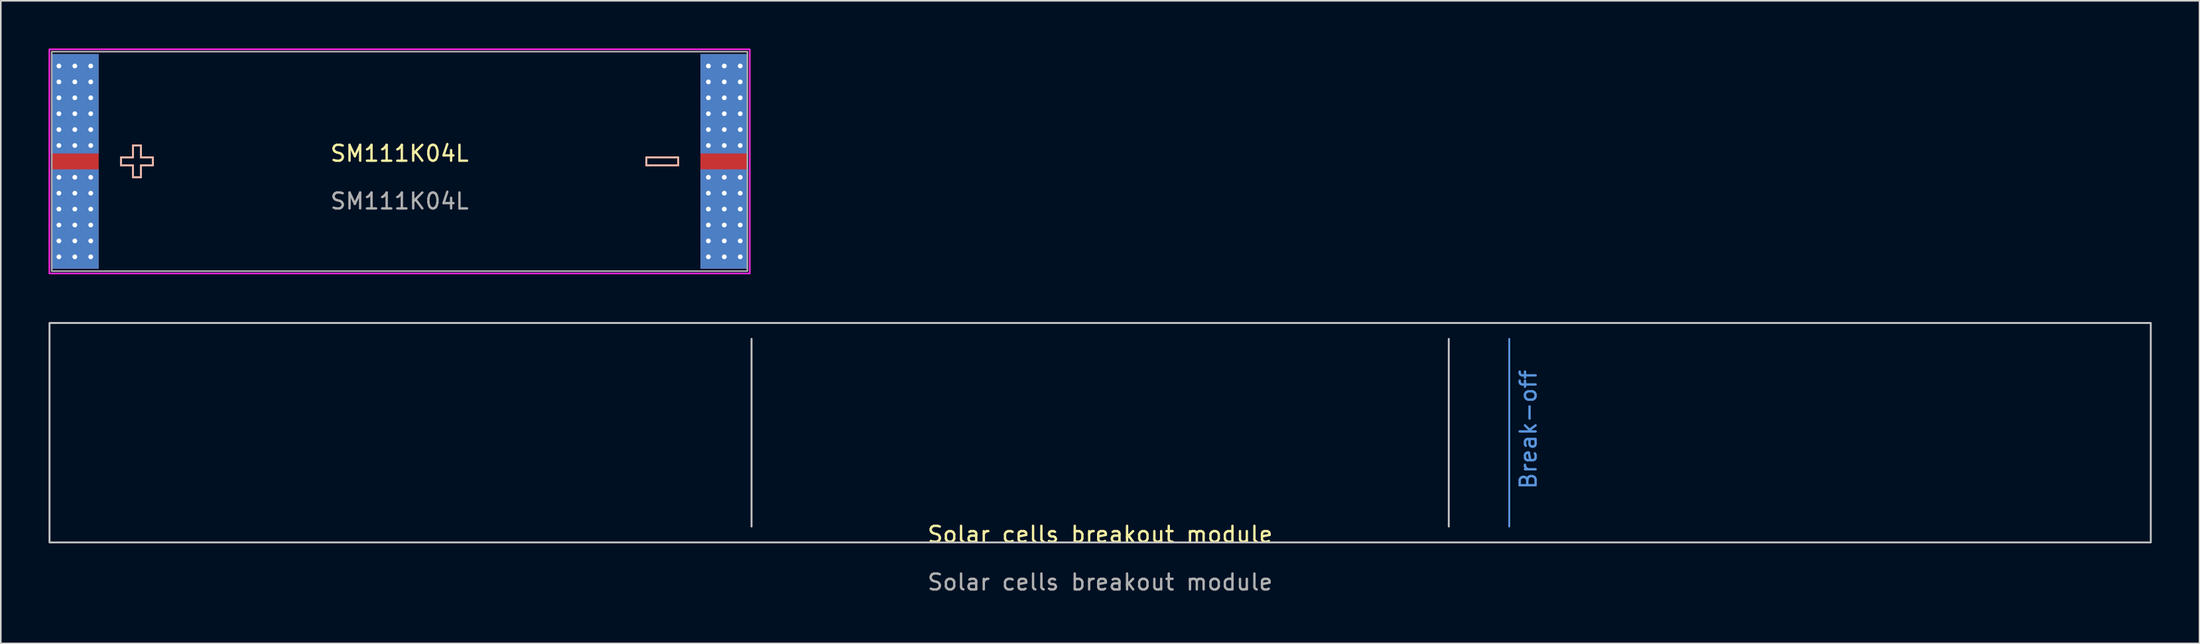
<source format=kicad_pcb>
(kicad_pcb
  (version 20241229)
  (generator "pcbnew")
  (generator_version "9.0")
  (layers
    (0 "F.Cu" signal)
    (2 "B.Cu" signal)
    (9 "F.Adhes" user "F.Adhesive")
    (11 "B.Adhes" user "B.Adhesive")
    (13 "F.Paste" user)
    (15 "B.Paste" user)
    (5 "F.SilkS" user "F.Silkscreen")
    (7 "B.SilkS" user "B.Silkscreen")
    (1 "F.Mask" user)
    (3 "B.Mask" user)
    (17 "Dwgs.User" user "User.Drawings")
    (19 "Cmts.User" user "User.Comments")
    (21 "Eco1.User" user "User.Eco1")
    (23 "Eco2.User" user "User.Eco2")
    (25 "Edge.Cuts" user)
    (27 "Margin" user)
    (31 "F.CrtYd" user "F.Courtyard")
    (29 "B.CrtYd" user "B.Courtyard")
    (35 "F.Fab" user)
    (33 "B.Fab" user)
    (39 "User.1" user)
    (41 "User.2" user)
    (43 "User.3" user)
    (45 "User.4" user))
  (footprint "SM111K04L"
    (layer "F.Cu")
    (at 22.05 7.1)
    (property "Reference" "SM111K04L" (at 0 -0.5 0) (unlocked yes) (layer "F.SilkS") (effects (font (size 1 1) (thickness 0.15))))
    (attr smd)
    (fp_line (start -17.5 -0.25) (end -16.75 -0.25) (stroke (width 0.12) (type solid)) (layer "F.SilkS"))
    (fp_line (start -17.5 0.25) (end -17.5 -0.25) (stroke (width 0.12) (type solid)) (layer "F.SilkS"))
    (fp_line (start -16.75 -1) (end -16.25 -1) (stroke (width 0.12) (type solid)) (layer "F.SilkS"))
    (fp_line (start -16.75 -0.25) (end -16.75 -1) (stroke (width 0.12) (type solid)) (layer "F.SilkS"))
    (fp_line (start -16.75 0.25) (end -17.5 0.25) (stroke (width 0.12) (type solid)) (layer "F.SilkS"))
    (fp_line (start -16.75 1) (end -16.75 0.25) (stroke (width 0.12) (type solid)) (layer "F.SilkS"))
    (fp_line (start -16.25 -1) (end -16.25 -0.25) (stroke (width 0.12) (type solid)) (layer "F.SilkS"))
    (fp_line (start -16.25 -0.25) (end -15.5 -0.25) (stroke (width 0.12) (type solid)) (layer "F.SilkS"))
    (fp_line (start -16.25 0.25) (end -16.25 1) (stroke (width 0.12) (type solid)) (layer "F.SilkS"))
    (fp_line (start -16.25 1) (end -16.75 1) (stroke (width 0.12) (type solid)) (layer "F.SilkS"))
    (fp_line (start -15.5 -0.25) (end -15.5 0.25) (stroke (width 0.12) (type solid)) (layer "F.SilkS"))
    (fp_line (start -15.5 0.25) (end -16.25 0.25) (stroke (width 0.12) (type solid)) (layer "F.SilkS"))
    (fp_line (start 15.5 -0.25) (end 17.5 -0.25) (stroke (width 0.12) (type solid)) (layer "F.SilkS"))
    (fp_line (start 15.5 0.25) (end 15.5 -0.25) (stroke (width 0.12) (type solid)) (layer "F.SilkS"))
    (fp_line (start 17.5 -0.25) (end 17.5 0.25) (stroke (width 0.12) (type solid)) (layer "F.SilkS"))
    (fp_line (start 17.5 0.25) (end 15.5 0.25) (stroke (width 0.12) (type solid)) (layer "F.SilkS"))
    (fp_line (start -17.5 -0.25) (end -16.75 -0.25) (stroke (width 0.12) (type solid)) (layer "B.SilkS"))
    (fp_line (start -17.5 0.25) (end -17.5 -0.25) (stroke (width 0.12) (type solid)) (layer "B.SilkS"))
    (fp_line (start -16.75 -1) (end -16.25 -1) (stroke (width 0.12) (type solid)) (layer "B.SilkS"))
    (fp_line (start -16.75 -0.25) (end -16.75 -1) (stroke (width 0.12) (type solid)) (layer "B.SilkS"))
    (fp_line (start -16.75 0.25) (end -17.5 0.25) (stroke (width 0.12) (type solid)) (layer "B.SilkS"))
    (fp_line (start -16.75 1) (end -16.75 0.25) (stroke (width 0.12) (type solid)) (layer "B.SilkS"))
    (fp_line (start -16.25 -1) (end -16.25 -0.25) (stroke (width 0.12) (type solid)) (layer "B.SilkS"))
    (fp_line (start -16.25 -0.25) (end -15.5 -0.25) (stroke (width 0.12) (type solid)) (layer "B.SilkS"))
    (fp_line (start -16.25 0.25) (end -16.25 1) (stroke (width 0.12) (type solid)) (layer "B.SilkS"))
    (fp_line (start -16.25 1) (end -16.75 1) (stroke (width 0.12) (type solid)) (layer "B.SilkS"))
    (fp_line (start -15.5 -0.25) (end -15.5 0.25) (stroke (width 0.12) (type solid)) (layer "B.SilkS"))
    (fp_line (start -15.5 0.25) (end -16.25 0.25) (stroke (width 0.12) (type solid)) (layer "B.SilkS"))
    (fp_line (start 15.5 -0.25) (end 17.5 -0.25) (stroke (width 0.12) (type solid)) (layer "B.SilkS"))
    (fp_line (start 15.5 0.25) (end 15.5 -0.25) (stroke (width 0.12) (type solid)) (layer "B.SilkS"))
    (fp_line (start 17.5 -0.25) (end 17.5 0.25) (stroke (width 0.12) (type solid)) (layer "B.SilkS"))
    (fp_line (start 17.5 0.25) (end 15.5 0.25) (stroke (width 0.12) (type solid)) (layer "B.SilkS"))
    (fp_rect (start -22 -7.05) (end 22 7.05) (stroke (width 0.1) (type solid)) (fill no) (layer "F.CrtYd"))
    (fp_rect (start -21.85 -6.9) (end 21.85 6.9) (stroke (width 0.1) (type solid)) (fill no) (layer "F.Fab"))
    (fp_text user "${REFERENCE}" (at 0 2.5 0) (unlocked yes) (layer "F.Fab") (effects (font (size 1 1) (thickness 0.15))))
    (pad "1" thru_hole circle (at -21.4 -6) (size 0.6 0.6) (drill 0.3) (layers "*.Cu"))
    (pad "1" thru_hole circle (at -21.4 -5) (size 0.6 0.6) (drill 0.3) (layers "*.Cu"))
    (pad "1" thru_hole circle (at -21.4 -4) (size 0.6 0.6) (drill 0.3) (layers "*.Cu"))
    (pad "1" thru_hole circle (at -21.4 -3) (size 0.6 0.6) (drill 0.3) (layers "*.Cu"))
    (pad "1" thru_hole circle (at -21.4 -2) (size 0.6 0.6) (drill 0.3) (layers "*.Cu"))
    (pad "1" thru_hole circle (at -21.4 -1) (size 0.6 0.6) (drill 0.3) (layers "*.Cu"))
    (pad "1" thru_hole circle (at -21.4 1) (size 0.6 0.6) (drill 0.3) (layers "*.Cu"))
    (pad "1" thru_hole circle (at -21.4 2) (size 0.6 0.6) (drill 0.3) (layers "*.Cu"))
    (pad "1" thru_hole circle (at -21.4 3) (size 0.6 0.6) (drill 0.3) (layers "*.Cu"))
    (pad "1" thru_hole circle (at -21.4 4) (size 0.6 0.6) (drill 0.3) (layers "*.Cu"))
    (pad "1" thru_hole circle (at -21.4 5) (size 0.6 0.6) (drill 0.3) (layers "*.Cu"))
    (pad "1" thru_hole circle (at -21.4 6) (size 0.6 0.6) (drill 0.3) (layers "*.Cu"))
    (pad "1" thru_hole circle (at -20.4 -6) (size 0.6 0.6) (drill 0.3) (layers "*.Cu"))
    (pad "1" thru_hole circle (at -20.4 -5) (size 0.6 0.6) (drill 0.3) (layers "*.Cu"))
    (pad "1" thru_hole circle (at -20.4 -4) (size 0.6 0.6) (drill 0.3) (layers "*.Cu"))
    (pad "1" smd rect (at -20.4 -3.625 270) (size 6.25 3) (layers "B.Cu" "B.Mask" "B.Paste"))
    (pad "1" thru_hole circle (at -20.4 -3) (size 0.6 0.6) (drill 0.3) (layers "*.Cu"))
    (pad "1" thru_hole circle (at -20.4 -2) (size 0.6 0.6) (drill 0.3) (layers "*.Cu"))
    (pad "1" thru_hole circle (at -20.4 -1) (size 0.6 0.6) (drill 0.3) (layers "*.Cu"))
    (pad "1" smd rect (at -20.4 0 270) (size 13.5 3) (layers "F.Cu" "F.Mask" "F.Paste"))
    (pad "1" thru_hole circle (at -20.4 1) (size 0.6 0.6) (drill 0.3) (layers "*.Cu"))
    (pad "1" thru_hole circle (at -20.4 2) (size 0.6 0.6) (drill 0.3) (layers "*.Cu"))
    (pad "1" thru_hole circle (at -20.4 3) (size 0.6 0.6) (drill 0.3) (layers "*.Cu"))
    (pad "1" smd rect (at -20.4 3.625 270) (size 6.25 3) (layers "B.Cu" "B.Mask" "B.Paste"))
    (pad "1" thru_hole circle (at -20.4 4) (size 0.6 0.6) (drill 0.3) (layers "*.Cu"))
    (pad "1" thru_hole circle (at -20.4 5) (size 0.6 0.6) (drill 0.3) (layers "*.Cu"))
    (pad "1" thru_hole circle (at -20.4 6) (size 0.6 0.6) (drill 0.3) (layers "*.Cu"))
    (pad "1" thru_hole circle (at -19.4 -6) (size 0.6 0.6) (drill 0.3) (layers "*.Cu"))
    (pad "1" thru_hole circle (at -19.4 -5) (size 0.6 0.6) (drill 0.3) (layers "*.Cu"))
    (pad "1" thru_hole circle (at -19.4 -4) (size 0.6 0.6) (drill 0.3) (layers "*.Cu"))
    (pad "1" thru_hole circle (at -19.4 -3) (size 0.6 0.6) (drill 0.3) (layers "*.Cu"))
    (pad "1" thru_hole circle (at -19.4 -2) (size 0.6 0.6) (drill 0.3) (layers "*.Cu"))
    (pad "1" thru_hole circle (at -19.4 -1) (size 0.6 0.6) (drill 0.3) (layers "*.Cu"))
    (pad "1" thru_hole circle (at -19.4 1) (size 0.6 0.6) (drill 0.3) (layers "*.Cu"))
    (pad "1" thru_hole circle (at -19.4 2) (size 0.6 0.6) (drill 0.3) (layers "*.Cu"))
    (pad "1" thru_hole circle (at -19.4 3) (size 0.6 0.6) (drill 0.3) (layers "*.Cu"))
    (pad "1" thru_hole circle (at -19.4 4) (size 0.6 0.6) (drill 0.3) (layers "*.Cu"))
    (pad "1" thru_hole circle (at -19.4 5) (size 0.6 0.6) (drill 0.3) (layers "*.Cu"))
    (pad "1" thru_hole circle (at -19.4 6) (size 0.6 0.6) (drill 0.3) (layers "*.Cu"))
    (pad "2" thru_hole circle (at 19.4 -6) (size 0.6 0.6) (drill 0.3) (layers "*.Cu"))
    (pad "2" thru_hole circle (at 19.4 -5) (size 0.6 0.6) (drill 0.3) (layers "*.Cu"))
    (pad "2" thru_hole circle (at 19.4 -4) (size 0.6 0.6) (drill 0.3) (layers "*.Cu"))
    (pad "2" thru_hole circle (at 19.4 -3) (size 0.6 0.6) (drill 0.3) (layers "*.Cu"))
    (pad "2" thru_hole circle (at 19.4 -2) (size 0.6 0.6) (drill 0.3) (layers "*.Cu"))
    (pad "2" thru_hole circle (at 19.4 -1) (size 0.6 0.6) (drill 0.3) (layers "*.Cu"))
    (pad "2" thru_hole circle (at 19.4 1) (size 0.6 0.6) (drill 0.3) (layers "*.Cu"))
    (pad "2" thru_hole circle (at 19.4 2) (size 0.6 0.6) (drill 0.3) (layers "*.Cu"))
    (pad "2" thru_hole circle (at 19.4 3) (size 0.6 0.6) (drill 0.3) (layers "*.Cu"))
    (pad "2" thru_hole circle (at 19.4 4) (size 0.6 0.6) (drill 0.3) (layers "*.Cu"))
    (pad "2" thru_hole circle (at 19.4 5) (size 0.6 0.6) (drill 0.3) (layers "*.Cu"))
    (pad "2" thru_hole circle (at 19.4 6) (size 0.6 0.6) (drill 0.3) (layers "*.Cu"))
    (pad "2" thru_hole circle (at 20.4 -6) (size 0.6 0.6) (drill 0.3) (layers "*.Cu"))
    (pad "2" thru_hole circle (at 20.4 -5) (size 0.6 0.6) (drill 0.3) (layers "*.Cu"))
    (pad "2" thru_hole circle (at 20.4 -4) (size 0.6 0.6) (drill 0.3) (layers "*.Cu"))
    (pad "2" smd rect (at 20.4 -3.625 270) (size 6.25 3) (layers "B.Cu" "B.Mask" "B.Paste"))
    (pad "2" thru_hole circle (at 20.4 -3) (size 0.6 0.6) (drill 0.3) (layers "*.Cu"))
    (pad "2" thru_hole circle (at 20.4 -2) (size 0.6 0.6) (drill 0.3) (layers "*.Cu"))
    (pad "2" thru_hole circle (at 20.4 -1) (size 0.6 0.6) (drill 0.3) (layers "*.Cu"))
    (pad "2" smd rect (at 20.4 0 270) (size 13.5 3) (layers "F.Cu" "F.Mask" "F.Paste"))
    (pad "2" thru_hole circle (at 20.4 1) (size 0.6 0.6) (drill 0.3) (layers "*.Cu"))
    (pad "2" thru_hole circle (at 20.4 2) (size 0.6 0.6) (drill 0.3) (layers "*.Cu"))
    (pad "2" thru_hole circle (at 20.4 3) (size 0.6 0.6) (drill 0.3) (layers "*.Cu"))
    (pad "2" smd rect (at 20.4 3.625 270) (size 6.25 3) (layers "B.Cu" "B.Mask" "B.Paste"))
    (pad "2" thru_hole circle (at 20.4 4) (size 0.6 0.6) (drill 0.3) (layers "*.Cu"))
    (pad "2" thru_hole circle (at 20.4 5) (size 0.6 0.6) (drill 0.3) (layers "*.Cu"))
    (pad "2" thru_hole circle (at 20.4 6) (size 0.6 0.6) (drill 0.3) (layers "*.Cu"))
    (pad "2" thru_hole circle (at 21.4 -6) (size 0.6 0.6) (drill 0.3) (layers "*.Cu"))
    (pad "2" thru_hole circle (at 21.4 -5) (size 0.6 0.6) (drill 0.3) (layers "*.Cu"))
    (pad "2" thru_hole circle (at 21.4 -4) (size 0.6 0.6) (drill 0.3) (layers "*.Cu"))
    (pad "2" thru_hole circle (at 21.4 -3) (size 0.6 0.6) (drill 0.3) (layers "*.Cu"))
    (pad "2" thru_hole circle (at 21.4 -2) (size 0.6 0.6) (drill 0.3) (layers "*.Cu"))
    (pad "2" thru_hole circle (at 21.4 -1) (size 0.6 0.6) (drill 0.3) (layers "*.Cu"))
    (pad "2" thru_hole circle (at 21.4 1) (size 0.6 0.6) (drill 0.3) (layers "*.Cu"))
    (pad "2" thru_hole circle (at 21.4 2) (size 0.6 0.6) (drill 0.3) (layers "*.Cu"))
    (pad "2" thru_hole circle (at 21.4 3) (size 0.6 0.6) (drill 0.3) (layers "*.Cu"))
    (pad "2" thru_hole circle (at 21.4 4) (size 0.6 0.6) (drill 0.3) (layers "*.Cu"))
    (pad "2" thru_hole circle (at 21.4 5) (size 0.6 0.6) (drill 0.3) (layers "*.Cu"))
    (pad "2" thru_hole circle (at 21.4 6) (size 0.6 0.6) (drill 0.3) (layers "*.Cu")))
  (footprint "Solar cells breakout module"
    (layer "F.Cu")
    (at 66.06 24.16)
    (property "Reference" "Solar cells breakout module" (at 0 6.4 0) (unlocked yes) (layer "F.SilkS") (effects (font (size 1 1) (thickness 0.15))))
    (attr smd)
    (fp_line (start -21.9 5.9) (end -21.9 -5.9) (stroke (width 0.12) (type solid)) (layer "Dwgs.User"))
    (fp_line (start 21.9 5.9) (end 21.9 -5.9) (stroke (width 0.12) (type solid)) (layer "Dwgs.User"))
    (fp_rect (start -66 -6.9) (end 66 6.9) (stroke (width 0.12) (type solid)) (fill no) (layer "Dwgs.User"))
    (fp_line (start 25.7 5.9) (end 25.7 -5.9) (stroke (width 0.12) (type solid)) (layer "Cmts.User"))
    (fp_text user "Break-off" (at 26.9 -0.2 90) (unlocked yes) (layer "Cmts.User") (effects (font (size 1 1) (thickness 0.15))))
    (fp_text user "${REFERENCE}" (at 0 9.4 0) (unlocked yes) (layer "F.Fab") (effects (font (size 1 1) (thickness 0.15)))))
  (gr_rect
    (start -3 -3)
    (end 135.12 37.408)
    (stroke (width 0.1) (type default))
    (fill no)
    (layer "Edge.Cuts")))
</source>
